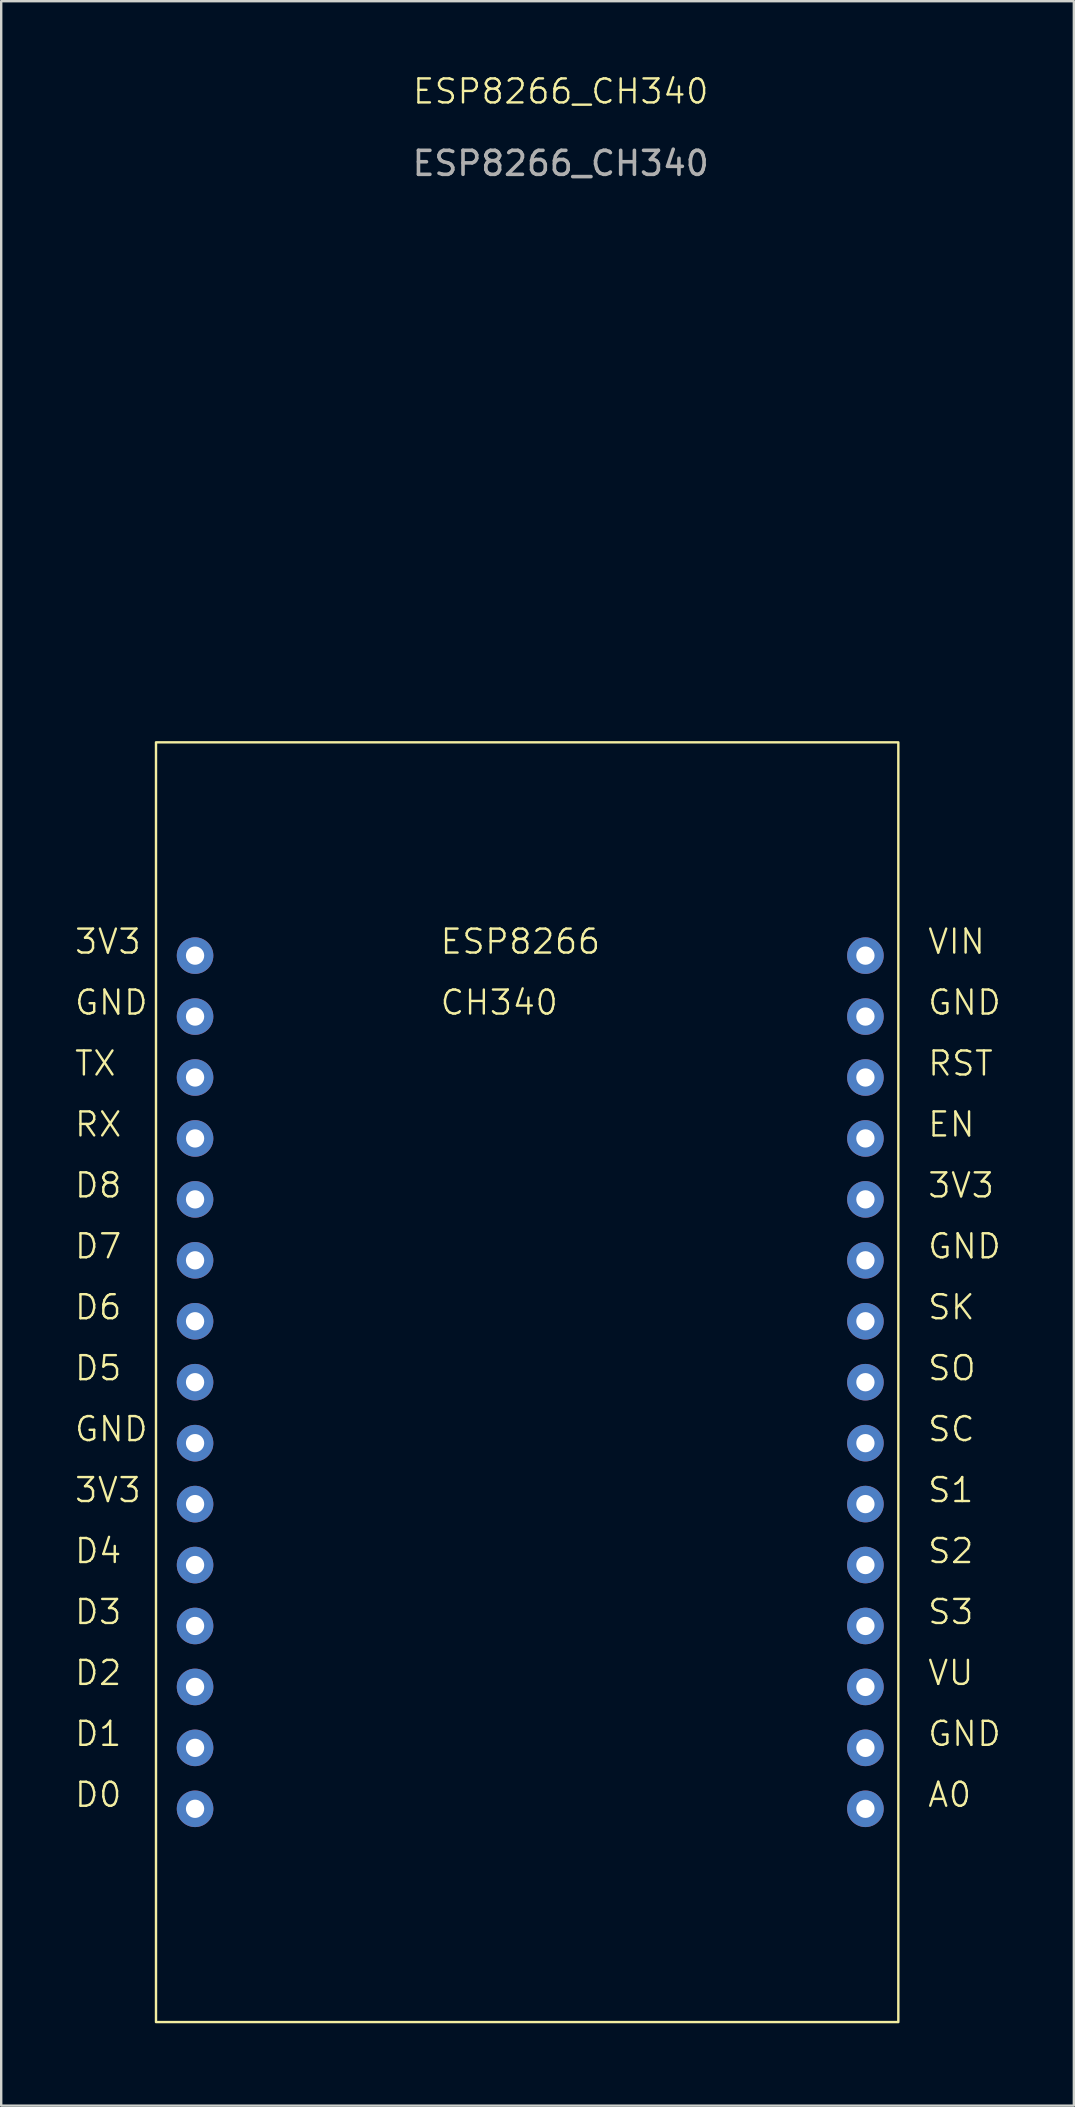
<source format=kicad_pcb>
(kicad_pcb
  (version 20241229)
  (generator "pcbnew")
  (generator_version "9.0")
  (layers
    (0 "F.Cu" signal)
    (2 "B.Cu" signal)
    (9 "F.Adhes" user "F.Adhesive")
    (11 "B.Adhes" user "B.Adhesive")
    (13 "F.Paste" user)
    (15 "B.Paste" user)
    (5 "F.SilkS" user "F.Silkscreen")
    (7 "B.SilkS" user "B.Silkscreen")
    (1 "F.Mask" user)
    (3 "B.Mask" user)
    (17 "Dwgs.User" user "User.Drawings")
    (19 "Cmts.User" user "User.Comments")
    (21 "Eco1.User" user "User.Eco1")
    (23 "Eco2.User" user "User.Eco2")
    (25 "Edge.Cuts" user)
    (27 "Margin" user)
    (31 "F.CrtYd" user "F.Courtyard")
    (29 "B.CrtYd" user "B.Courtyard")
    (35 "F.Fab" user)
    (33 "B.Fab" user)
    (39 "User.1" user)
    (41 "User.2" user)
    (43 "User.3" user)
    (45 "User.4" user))
  (footprint "ESP8266_CH340"
    (layer "F.Cu")
    (at 20.32 54.56)
    (property "Reference" "ESP8266_CH340" (at 0 -53.8 0) (unlocked yes) (layer "F.SilkS") (effects (font (size 1 1) (thickness 0.1))))
    (attr through_hole)
    (fp_rect (start -16.868 -26.67) (end 14.072 26.67) (stroke (width 0.1) (type default)) (fill no) (layer "F.SilkS"))
    (fp_rect (start -17.221 -27.127) (end 14.453 27.102) (stroke (width 0.1) (type default)) (fill no) (layer "Margin"))
    (fp_text user "D3" (at -20.32 10.16 0) (unlocked yes) (layer "F.SilkS") (effects (font (size 1 1) (thickness 0.1)) (justify left bottom)))
    (fp_text user "TX" (at -20.32 -12.7 0) (unlocked yes) (layer "F.SilkS") (effects (font (size 1 1) (thickness 0.1)) (justify left bottom)))
    (fp_text user "D2" (at -20.32 12.7 0) (unlocked yes) (layer "F.SilkS") (effects (font (size 1 1) (thickness 0.1)) (justify left bottom)))
    (fp_text user "VIN" (at 15.24 -17.78 0) (unlocked yes) (layer "F.SilkS") (effects (font (size 1 1) (thickness 0.1)) (justify left bottom)))
    (fp_text user "SC" (at 15.24 2.54 0) (unlocked yes) (layer "F.SilkS") (effects (font (size 1 1) (thickness 0.1)) (justify left bottom)))
    (fp_text user "D1" (at -20.32 15.24 0) (unlocked yes) (layer "F.SilkS") (effects (font (size 1 1) (thickness 0.1)) (justify left bottom)))
    (fp_text user "D7" (at -20.32 -5.08 0) (unlocked yes) (layer "F.SilkS") (effects (font (size 1 1) (thickness 0.1)) (justify left bottom)))
    (fp_text user "A0" (at 15.24 17.78 0) (unlocked yes) (layer "F.SilkS") (effects (font (size 1 1) (thickness 0.1)) (justify left bottom)))
    (fp_text user "D6" (at -20.32 -2.54 0) (unlocked yes) (layer "F.SilkS") (effects (font (size 1 1) (thickness 0.1)) (justify left bottom)))
    (fp_text user "D0" (at -20.32 17.78 0) (unlocked yes) (layer "F.SilkS") (effects (font (size 1 1) (thickness 0.1)) (justify left bottom)))
    (fp_text user "RST" (at 15.24 -12.7 0) (unlocked yes) (layer "F.SilkS") (effects (font (size 1 1) (thickness 0.1)) (justify left bottom)))
    (fp_text user "CH340" (at -5.08 -15.24 0) (unlocked yes) (layer "F.SilkS") (effects (font (size 1 1) (thickness 0.1)) (justify left bottom)))
    (fp_text user "SO" (at 15.24 0 0) (unlocked yes) (layer "F.SilkS") (effects (font (size 1 1) (thickness 0.1)) (justify left bottom)))
    (fp_text user "GND" (at -20.32 -15.24 0) (unlocked yes) (layer "F.SilkS") (effects (font (size 1 1) (thickness 0.1)) (justify left bottom)))
    (fp_text user "ESP8266" (at -5.08 -17.78 0) (unlocked yes) (layer "F.SilkS") (effects (font (size 1 1) (thickness 0.1)) (justify left bottom)))
    (fp_text user "D4" (at -20.32 7.62 0) (unlocked yes) (layer "F.SilkS") (effects (font (size 1 1) (thickness 0.1)) (justify left bottom)))
    (fp_text user "S2" (at 15.24 7.62 0) (unlocked yes) (layer "F.SilkS") (effects (font (size 1 1) (thickness 0.1)) (justify left bottom)))
    (fp_text user "3V3" (at 15.24 -7.62 0) (unlocked yes) (layer "F.SilkS") (effects (font (size 1 1) (thickness 0.1)) (justify left bottom)))
    (fp_text user "GND" (at 15.24 -5.08 0) (unlocked yes) (layer "F.SilkS") (effects (font (size 1 1) (thickness 0.1)) (justify left bottom)))
    (fp_text user "GND" (at 15.24 -15.24 0) (unlocked yes) (layer "F.SilkS") (effects (font (size 1 1) (thickness 0.1)) (justify left bottom)))
    (fp_text user "S3" (at 15.24 10.16 0) (unlocked yes) (layer "F.SilkS") (effects (font (size 1 1) (thickness 0.1)) (justify left bottom)))
    (fp_text user "GND" (at -20.32 2.54 0) (unlocked yes) (layer "F.SilkS") (effects (font (size 1 1) (thickness 0.1)) (justify left bottom)))
    (fp_text user "VU" (at 15.24 12.7 0) (unlocked yes) (layer "F.SilkS") (effects (font (size 1 1) (thickness 0.1)) (justify left bottom)))
    (fp_text user "SK" (at 15.24 -2.54 0) (unlocked yes) (layer "F.SilkS") (effects (font (size 1 1) (thickness 0.1)) (justify left bottom)))
    (fp_text user "D5" (at -20.32 0 0) (unlocked yes) (layer "F.SilkS") (effects (font (size 1 1) (thickness 0.1)) (justify left bottom)))
    (fp_text user "3V3" (at -20.32 -17.78 0) (unlocked yes) (layer "F.SilkS") (effects (font (size 1 1) (thickness 0.1)) (justify left bottom)))
    (fp_text user "RX" (at -20.32 -10.16 0) (unlocked yes) (layer "F.SilkS") (effects (font (size 1 1) (thickness 0.1)) (justify left bottom)))
    (fp_text user "GND" (at 15.24 15.24 0) (unlocked yes) (layer "F.SilkS") (effects (font (size 1 1) (thickness 0.1)) (justify left bottom)))
    (fp_text user "3V3" (at -20.32 5.08 0) (unlocked yes) (layer "F.SilkS") (effects (font (size 1 1) (thickness 0.1)) (justify left bottom)))
    (fp_text user "EN" (at 15.24 -10.16 0) (unlocked yes) (layer "F.SilkS") (effects (font (size 1 1) (thickness 0.1)) (justify left bottom)))
    (fp_text user "S1" (at 15.24 5.08 0) (unlocked yes) (layer "F.SilkS") (effects (font (size 1 1) (thickness 0.1)) (justify left bottom)))
    (fp_text user "D8" (at -20.32 -7.62 0) (unlocked yes) (layer "F.SilkS") (effects (font (size 1 1) (thickness 0.1)) (justify left bottom)))
    (fp_text user "${REFERENCE}" (at 0 -50.8 0) (unlocked yes) (layer "F.Fab") (effects (font (size 1 1) (thickness 0.15))))
    (pad "1" thru_hole circle (at -15.24 -17.78) (size 1.524 1.524) (drill 0.762) (layers "*.Cu" "*.Mask"))
    (pad "2" thru_hole circle (at -15.24 -15.24) (size 1.524 1.524) (drill 0.762) (layers "*.Cu" "*.Mask"))
    (pad "3" thru_hole circle (at -15.24 -12.7) (size 1.524 1.524) (drill 0.762) (layers "*.Cu" "*.Mask"))
    (pad "4" thru_hole circle (at -15.24 -10.16) (size 1.524 1.524) (drill 0.762) (layers "*.Cu" "*.Mask"))
    (pad "5" thru_hole circle (at -15.24 -7.62) (size 1.524 1.524) (drill 0.762) (layers "*.Cu" "*.Mask"))
    (pad "6" thru_hole circle (at -15.24 -5.08) (size 1.524 1.524) (drill 0.762) (layers "*.Cu" "*.Mask"))
    (pad "7" thru_hole circle (at -15.24 -2.54) (size 1.524 1.524) (drill 0.762) (layers "*.Cu" "*.Mask"))
    (pad "8" thru_hole circle (at -15.24 0) (size 1.524 1.524) (drill 0.762) (layers "*.Cu" "*.Mask"))
    (pad "9" thru_hole circle (at -15.24 2.54) (size 1.524 1.524) (drill 0.762) (layers "*.Cu" "*.Mask"))
    (pad "10" thru_hole circle (at -15.24 5.08) (size 1.524 1.524) (drill 0.762) (layers "*.Cu" "*.Mask"))
    (pad "11" thru_hole circle (at -15.24 7.62) (size 1.524 1.524) (drill 0.762) (layers "*.Cu" "*.Mask"))
    (pad "12" thru_hole circle (at -15.24 10.16) (size 1.524 1.524) (drill 0.762) (layers "*.Cu" "*.Mask"))
    (pad "13" thru_hole circle (at -15.24 12.7) (size 1.524 1.524) (drill 0.762) (layers "*.Cu" "*.Mask"))
    (pad "14" thru_hole circle (at -15.24 15.24) (size 1.524 1.524) (drill 0.762) (layers "*.Cu" "*.Mask"))
    (pad "15" thru_hole circle (at -15.24 17.78) (size 1.524 1.524) (drill 0.762) (layers "*.Cu" "*.Mask"))
    (pad "16" thru_hole circle (at 12.7 17.78) (size 1.524 1.524) (drill 0.762) (layers "*.Cu" "*.Mask"))
    (pad "17" thru_hole circle (at 12.7 15.24) (size 1.524 1.524) (drill 0.762) (layers "*.Cu" "*.Mask"))
    (pad "18" thru_hole circle (at 12.7 12.7) (size 1.524 1.524) (drill 0.762) (layers "*.Cu" "*.Mask"))
    (pad "19" thru_hole circle (at 12.7 10.16) (size 1.524 1.524) (drill 0.762) (layers "*.Cu" "*.Mask"))
    (pad "20" thru_hole circle (at 12.7 7.62) (size 1.524 1.524) (drill 0.762) (layers "*.Cu" "*.Mask"))
    (pad "21" thru_hole circle (at 12.7 5.08) (size 1.524 1.524) (drill 0.762) (layers "*.Cu" "*.Mask"))
    (pad "22" thru_hole circle (at 12.7 2.54) (size 1.524 1.524) (drill 0.762) (layers "*.Cu" "*.Mask"))
    (pad "23" thru_hole circle (at 12.7 0) (size 1.524 1.524) (drill 0.762) (layers "*.Cu" "*.Mask"))
    (pad "24" thru_hole circle (at 12.7 -2.54) (size 1.524 1.524) (drill 0.762) (layers "*.Cu" "*.Mask"))
    (pad "25" thru_hole circle (at 12.7 -5.08) (size 1.524 1.524) (drill 0.762) (layers "*.Cu" "*.Mask"))
    (pad "26" thru_hole circle (at 12.7 -7.62) (size 1.524 1.524) (drill 0.762) (layers "*.Cu" "*.Mask"))
    (pad "27" thru_hole circle (at 12.7 -10.16) (size 1.524 1.524) (drill 0.762) (layers "*.Cu" "*.Mask"))
    (pad "28" thru_hole circle (at 12.7 -12.7) (size 1.524 1.524) (drill 0.762) (layers "*.Cu" "*.Mask"))
    (pad "29" thru_hole circle (at 12.7 -15.24) (size 1.524 1.524) (drill 0.762) (layers "*.Cu" "*.Mask"))
    (pad "30" thru_hole circle (at 12.7 -17.78) (size 1.524 1.524) (drill 0.762) (layers "*.Cu" "*.Mask")))
  (gr_rect
    (start -3 -3)
    (end 41.708 84.712)
    (stroke (width 0.1) (type default))
    (fill no)
    (layer "Edge.Cuts")))
</source>
